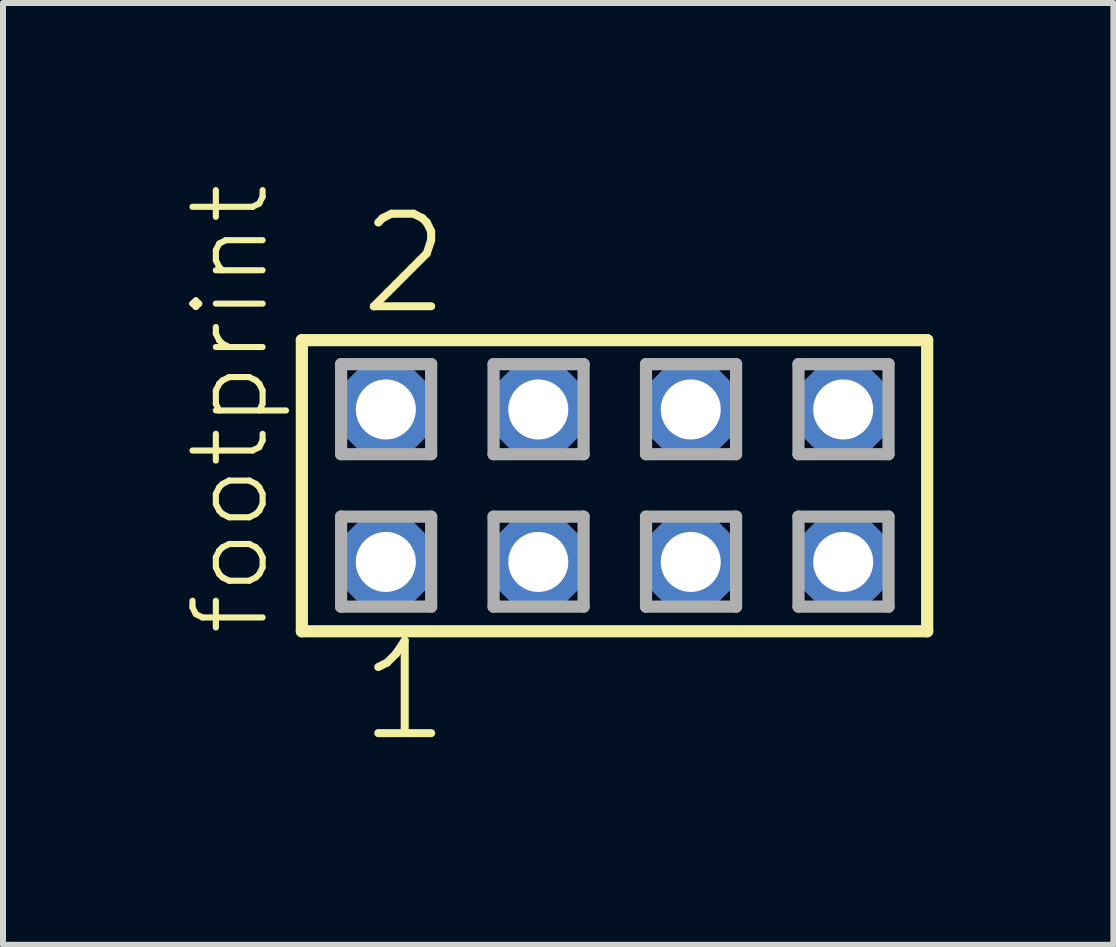
<source format=kicad_pcb>
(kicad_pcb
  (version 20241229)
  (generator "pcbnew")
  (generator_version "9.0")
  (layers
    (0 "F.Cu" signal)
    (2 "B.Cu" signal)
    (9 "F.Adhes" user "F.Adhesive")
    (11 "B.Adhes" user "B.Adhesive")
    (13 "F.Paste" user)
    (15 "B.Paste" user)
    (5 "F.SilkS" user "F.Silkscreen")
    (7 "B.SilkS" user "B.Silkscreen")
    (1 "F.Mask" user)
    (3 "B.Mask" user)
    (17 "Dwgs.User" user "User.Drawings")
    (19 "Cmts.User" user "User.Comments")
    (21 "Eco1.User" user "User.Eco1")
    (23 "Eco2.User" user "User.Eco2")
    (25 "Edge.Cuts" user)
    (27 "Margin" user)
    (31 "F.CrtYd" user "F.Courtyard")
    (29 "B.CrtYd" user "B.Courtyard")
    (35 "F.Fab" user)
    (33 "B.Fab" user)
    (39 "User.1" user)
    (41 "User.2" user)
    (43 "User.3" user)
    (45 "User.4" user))
  (footprint "footprint"
    (layer "F.Cu")
    (at 7.188 5.042)
    (property "Reference" "footprint" (at -5.715 2.54 90) (layer "F.SilkS") (effects (font (size 1.168 1.168) (thickness 0.102)) (justify left bottom)))
    (fp_line (start -5.209 -2.425) (end 5.209 -2.425) (stroke (width 0.203) (type solid)) (layer "F.SilkS"))
    (fp_line (start -5.209 2.425) (end -5.209 -2.425) (stroke (width 0.203) (type solid)) (layer "F.SilkS"))
    (fp_line (start 5.209 -2.425) (end 5.209 2.425) (stroke (width 0.203) (type solid)) (layer "F.SilkS"))
    (fp_line (start 5.209 2.425) (end -5.209 2.425) (stroke (width 0.203) (type solid)) (layer "F.SilkS"))
    (fp_line (start -4.555 -2.025) (end -3.055 -2.025) (stroke (width 0.203) (type solid)) (layer "F.Fab"))
    (fp_line (start -4.555 -0.525) (end -4.555 -2.025) (stroke (width 0.203) (type solid)) (layer "F.Fab"))
    (fp_line (start -4.555 0.515) (end -3.055 0.515) (stroke (width 0.203) (type solid)) (layer "F.Fab"))
    (fp_line (start -4.555 2.015) (end -4.555 0.515) (stroke (width 0.203) (type solid)) (layer "F.Fab"))
    (fp_line (start -3.055 -2.025) (end -3.055 -0.525) (stroke (width 0.203) (type solid)) (layer "F.Fab"))
    (fp_line (start -3.055 -0.525) (end -4.555 -0.525) (stroke (width 0.203) (type solid)) (layer "F.Fab"))
    (fp_line (start -3.055 0.515) (end -3.055 2.015) (stroke (width 0.203) (type solid)) (layer "F.Fab"))
    (fp_line (start -3.055 2.015) (end -4.555 2.015) (stroke (width 0.203) (type solid)) (layer "F.Fab"))
    (fp_line (start -2.015 -2.025) (end -0.515 -2.025) (stroke (width 0.203) (type solid)) (layer "F.Fab"))
    (fp_line (start -2.015 -0.525) (end -2.015 -2.025) (stroke (width 0.203) (type solid)) (layer "F.Fab"))
    (fp_line (start -2.015 0.515) (end -0.515 0.515) (stroke (width 0.203) (type solid)) (layer "F.Fab"))
    (fp_line (start -2.015 2.015) (end -2.015 0.515) (stroke (width 0.203) (type solid)) (layer "F.Fab"))
    (fp_line (start -0.515 -2.025) (end -0.515 -0.525) (stroke (width 0.203) (type solid)) (layer "F.Fab"))
    (fp_line (start -0.515 -0.525) (end -2.015 -0.525) (stroke (width 0.203) (type solid)) (layer "F.Fab"))
    (fp_line (start -0.515 0.515) (end -0.515 2.015) (stroke (width 0.203) (type solid)) (layer "F.Fab"))
    (fp_line (start -0.515 2.015) (end -2.015 2.015) (stroke (width 0.203) (type solid)) (layer "F.Fab"))
    (fp_line (start 0.525 -2.025) (end 2.025 -2.025) (stroke (width 0.203) (type solid)) (layer "F.Fab"))
    (fp_line (start 0.525 -0.525) (end 0.525 -2.025) (stroke (width 0.203) (type solid)) (layer "F.Fab"))
    (fp_line (start 0.525 0.515) (end 2.025 0.515) (stroke (width 0.203) (type solid)) (layer "F.Fab"))
    (fp_line (start 0.525 2.015) (end 0.525 0.515) (stroke (width 0.203) (type solid)) (layer "F.Fab"))
    (fp_line (start 2.025 -2.025) (end 2.025 -0.525) (stroke (width 0.203) (type solid)) (layer "F.Fab"))
    (fp_line (start 2.025 -0.525) (end 0.525 -0.525) (stroke (width 0.203) (type solid)) (layer "F.Fab"))
    (fp_line (start 2.025 0.515) (end 2.025 2.015) (stroke (width 0.203) (type solid)) (layer "F.Fab"))
    (fp_line (start 2.025 2.015) (end 0.525 2.015) (stroke (width 0.203) (type solid)) (layer "F.Fab"))
    (fp_line (start 3.065 -2.025) (end 4.565 -2.025) (stroke (width 0.203) (type solid)) (layer "F.Fab"))
    (fp_line (start 3.065 -0.525) (end 3.065 -2.025) (stroke (width 0.203) (type solid)) (layer "F.Fab"))
    (fp_line (start 3.065 0.515) (end 4.565 0.515) (stroke (width 0.203) (type solid)) (layer "F.Fab"))
    (fp_line (start 3.065 2.015) (end 3.065 0.515) (stroke (width 0.203) (type solid)) (layer "F.Fab"))
    (fp_line (start 4.565 -2.025) (end 4.565 -0.525) (stroke (width 0.203) (type solid)) (layer "F.Fab"))
    (fp_line (start 4.565 -0.525) (end 3.065 -0.525) (stroke (width 0.203) (type solid)) (layer "F.Fab"))
    (fp_line (start 4.565 0.515) (end 4.565 2.015) (stroke (width 0.203) (type solid)) (layer "F.Fab"))
    (fp_line (start 4.565 2.015) (end 3.065 2.015) (stroke (width 0.203) (type solid)) (layer "F.Fab"))
    (fp_text user "2" (at -4.318 -2.794 0) (layer "F.SilkS") (effects (font (size 1.542 1.542) (thickness 0.134)) (justify left bottom)))
    (fp_text user "1" (at -4.318 4.318 0) (layer "F.SilkS") (effects (font (size 1.542 1.542) (thickness 0.134)) (justify left bottom)))
    (pad "1" thru_hole roundrect (at -3.81 1.27) (size 1.5 1.5) (drill 1) (layers "*.Cu" "*.Mask") (roundrect_rratio 0.25) (chamfer_ratio 0.25) (chamfer top_left top_right bottom_left bottom_right))
    (pad "2" thru_hole roundrect (at -3.81 -1.27) (size 1.5 1.5) (drill 1) (layers "*.Cu" "*.Mask") (roundrect_rratio 0.25) (chamfer_ratio 0.25) (chamfer top_left top_right bottom_left bottom_right))
    (pad "3" thru_hole roundrect (at -1.27 1.27) (size 1.5 1.5) (drill 1) (layers "*.Cu" "*.Mask") (roundrect_rratio 0.25) (chamfer_ratio 0.25) (chamfer top_left top_right bottom_left bottom_right))
    (pad "4" thru_hole roundrect (at -1.27 -1.27) (size 1.5 1.5) (drill 1) (layers "*.Cu" "*.Mask") (roundrect_rratio 0.25) (chamfer_ratio 0.25) (chamfer top_left top_right bottom_left bottom_right))
    (pad "5" thru_hole roundrect (at 1.27 1.27) (size 1.5 1.5) (drill 1) (layers "*.Cu" "*.Mask") (roundrect_rratio 0.25) (chamfer_ratio 0.25) (chamfer top_left top_right bottom_left bottom_right))
    (pad "6" thru_hole roundrect (at 1.27 -1.27) (size 1.5 1.5) (drill 1) (layers "*.Cu" "*.Mask") (roundrect_rratio 0.25) (chamfer_ratio 0.25) (chamfer top_left top_right bottom_left bottom_right))
    (pad "7" thru_hole roundrect (at 3.81 1.27) (size 1.5 1.5) (drill 1) (layers "*.Cu" "*.Mask") (roundrect_rratio 0.25) (chamfer_ratio 0.25) (chamfer top_left top_right bottom_left bottom_right))
    (pad "8" thru_hole roundrect (at 3.81 -1.27) (size 1.5 1.5) (drill 1) (layers "*.Cu" "*.Mask") (roundrect_rratio 0.25) (chamfer_ratio 0.25) (chamfer top_left top_right bottom_left bottom_right)))
  (gr_rect
    (start -3 -3)
    (end 15.499 12.691)
    (stroke (width 0.1) (type default))
    (fill no)
    (layer "Edge.Cuts")))
</source>
